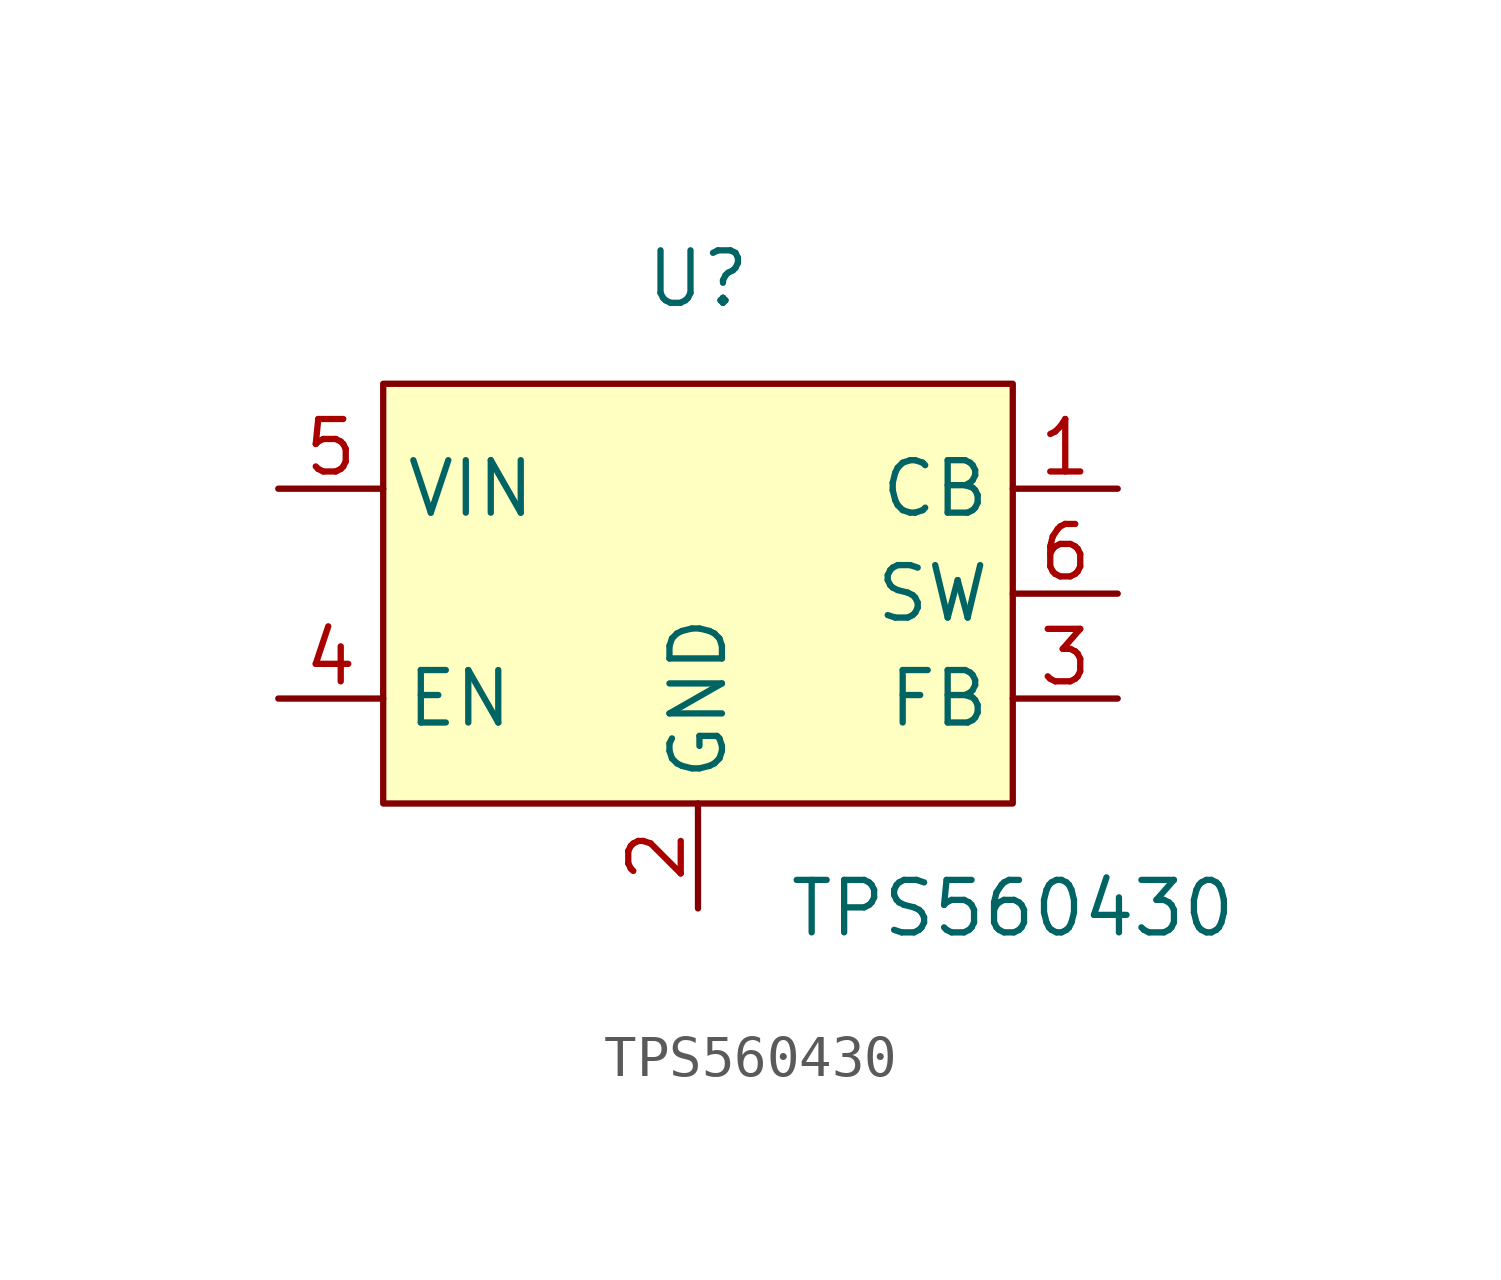
<source format=kicad_sym>
(kicad_symbol_lib
  (version 20241209)
  (generator "kicad_symbol_editor")
  (generator_version "9.0")
  (symbol "TPS560430"
    (property "Reference" "U"
      (at 0 7.62 0)
      (effects (font (size 1.27 1.27))))
    (property "Value" "TPS560430"
      (at 7.62 -7.62 0)
      (effects (font (size 1.27 1.27))))
    (symbol "TPS560430_1_1"
      (rectangle (start -7.62 5.08) (end 7.62 -5.08) (stroke (width 0) (type default)) (fill (type background)))
      (pin power_in line (at -10.16 2.54 0) (length 2.54) (name "VIN" (effects (font (size 1.27 1.27)))) (number "5" (effects (font (size 1.27 1.27)))))
      (pin input line (at -10.16 -2.54 0) (length 2.54) (name "EN" (effects (font (size 1.27 1.27)))) (number "4" (effects (font (size 1.27 1.27)))))
      (pin power_in line (at 0 -7.62 90) (length 2.54) (name "GND" (effects (font (size 1.27 1.27)))) (number "2" (effects (font (size 1.27 1.27)))))
      (pin bidirectional line (at 10.16 2.54 180) (length 2.54) (name "CB" (effects (font (size 1.27 1.27)))) (number "1" (effects (font (size 1.27 1.27)))))
      (pin output line (at 10.16 0 180) (length 2.54) (name "SW" (effects (font (size 1.27 1.27)))) (number "6" (effects (font (size 1.27 1.27)))))
      (pin input line (at 10.16 -2.54 180) (length 2.54) (name "FB" (effects (font (size 1.27 1.27)))) (number "3" (effects (font (size 1.27 1.27))))))))
</source>
